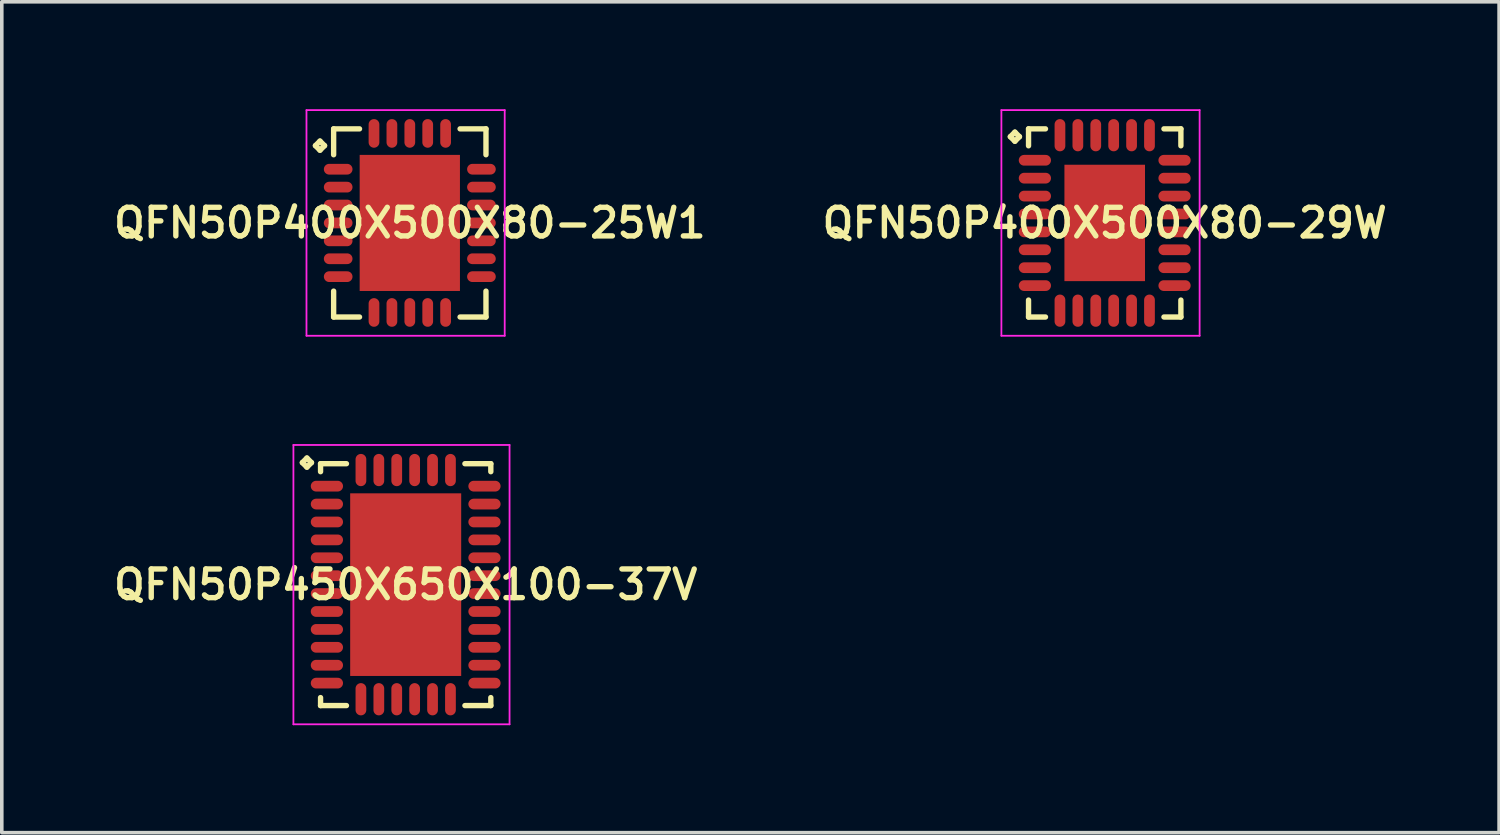
<source format=kicad_pcb>
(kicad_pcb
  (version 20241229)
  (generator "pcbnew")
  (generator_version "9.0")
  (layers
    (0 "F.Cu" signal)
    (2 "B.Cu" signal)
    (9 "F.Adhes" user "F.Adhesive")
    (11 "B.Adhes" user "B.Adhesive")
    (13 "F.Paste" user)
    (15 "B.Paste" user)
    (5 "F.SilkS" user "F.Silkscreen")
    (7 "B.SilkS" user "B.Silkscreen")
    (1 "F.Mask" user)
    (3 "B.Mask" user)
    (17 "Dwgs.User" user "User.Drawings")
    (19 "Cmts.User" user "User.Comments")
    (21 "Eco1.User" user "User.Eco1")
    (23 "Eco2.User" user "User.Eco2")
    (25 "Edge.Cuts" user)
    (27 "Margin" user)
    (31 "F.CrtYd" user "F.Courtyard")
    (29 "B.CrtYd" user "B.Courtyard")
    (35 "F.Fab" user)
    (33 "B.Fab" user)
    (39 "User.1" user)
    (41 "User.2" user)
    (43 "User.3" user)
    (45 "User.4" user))
  (footprint "QFN50P400X500X80-25W1"
    (layer "F.Cu")
    (at 8.393 3.175)
    (property "Reference" "QFN50P400X500X80-25W1" (at 0 0 0) (layer "F.SilkS") (effects (font (size 0.8 0.8) (thickness 0.15))))
    (attr smd)
    (fp_line (start -2.635 -2.158) (end -2.508 -2.285) (stroke (width 0.15) (type solid)) (layer "F.SilkS"))
    (fp_line (start -2.508 -2.285) (end -2.381 -2.158) (stroke (width 0.15) (type solid)) (layer "F.SilkS"))
    (fp_line (start -2.508 -2.031) (end -2.635 -2.158) (stroke (width 0.15) (type solid)) (layer "F.SilkS"))
    (fp_line (start -2.381 -2.158) (end -2.508 -2.031) (stroke (width 0.15) (type solid)) (layer "F.SilkS"))
    (fp_line (start -2.127 -2.627) (end -1.404 -2.627) (stroke (width 0.15) (type solid)) (layer "F.SilkS"))
    (fp_line (start -2.127 -1.904) (end -2.127 -2.627) (stroke (width 0.15) (type solid)) (layer "F.SilkS"))
    (fp_line (start -2.127 1.904) (end -2.127 2.627) (stroke (width 0.15) (type solid)) (layer "F.SilkS"))
    (fp_line (start -2.127 2.627) (end -1.404 2.627) (stroke (width 0.15) (type solid)) (layer "F.SilkS"))
    (fp_line (start 1.404 -2.627) (end 2.127 -2.627) (stroke (width 0.15) (type solid)) (layer "F.SilkS"))
    (fp_line (start 1.404 2.627) (end 2.127 2.627) (stroke (width 0.15) (type solid)) (layer "F.SilkS"))
    (fp_line (start 2.127 -2.627) (end 2.127 -1.904) (stroke (width 0.15) (type solid)) (layer "F.SilkS"))
    (fp_line (start 2.127 2.627) (end 2.127 1.904) (stroke (width 0.15) (type solid)) (layer "F.SilkS"))
    (fp_line (start -2.885 -3.15) (end 2.65 -3.15) (stroke (width 0.05) (type solid)) (layer "F.CrtYd"))
    (fp_line (start -2.885 3.15) (end -2.885 -3.15) (stroke (width 0.05) (type solid)) (layer "F.CrtYd"))
    (fp_line (start 2.65 -3.15) (end 2.65 3.15) (stroke (width 0.05) (type solid)) (layer "F.CrtYd"))
    (fp_line (start 2.65 3.15) (end -2.885 3.15) (stroke (width 0.05) (type solid)) (layer "F.CrtYd"))
    (pad "1" smd oval (at -2 -1.5) (size 0.8 0.3) (layers "F.Cu" "F.Mask" "F.Paste"))
    (pad "2" smd oval (at -2 -1) (size 0.8 0.3) (layers "F.Cu" "F.Mask" "F.Paste"))
    (pad "3" smd oval (at -2 -0.5) (size 0.8 0.3) (layers "F.Cu" "F.Mask" "F.Paste"))
    (pad "4" smd oval (at -2 0) (size 0.8 0.3) (layers "F.Cu" "F.Mask" "F.Paste"))
    (pad "5" smd oval (at -2 0.5) (size 0.8 0.3) (layers "F.Cu" "F.Mask" "F.Paste"))
    (pad "6" smd oval (at -2 1) (size 0.8 0.3) (layers "F.Cu" "F.Mask" "F.Paste"))
    (pad "7" smd oval (at -2 1.5) (size 0.8 0.3) (layers "F.Cu" "F.Mask" "F.Paste"))
    (pad "8" smd oval (at -1 2.5) (size 0.3 0.8) (layers "F.Cu" "F.Mask" "F.Paste"))
    (pad "9" smd oval (at -0.5 2.5) (size 0.3 0.8) (layers "F.Cu" "F.Mask" "F.Paste"))
    (pad "10" smd oval (at 0 2.5) (size 0.3 0.8) (layers "F.Cu" "F.Mask" "F.Paste"))
    (pad "11" smd oval (at 0.5 2.5) (size 0.3 0.8) (layers "F.Cu" "F.Mask" "F.Paste"))
    (pad "12" smd oval (at 1 2.5) (size 0.3 0.8) (layers "F.Cu" "F.Mask" "F.Paste"))
    (pad "13" smd oval (at 2 1.5) (size 0.8 0.3) (layers "F.Cu" "F.Mask" "F.Paste"))
    (pad "14" smd oval (at 2 1) (size 0.8 0.3) (layers "F.Cu" "F.Mask" "F.Paste"))
    (pad "15" smd oval (at 2 0.5) (size 0.8 0.3) (layers "F.Cu" "F.Mask" "F.Paste"))
    (pad "16" smd oval (at 2 0) (size 0.8 0.3) (layers "F.Cu" "F.Mask" "F.Paste"))
    (pad "17" smd oval (at 2 -0.5) (size 0.8 0.3) (layers "F.Cu" "F.Mask" "F.Paste"))
    (pad "18" smd oval (at 2 -1) (size 0.8 0.3) (layers "F.Cu" "F.Mask" "F.Paste"))
    (pad "19" smd oval (at 2 -1.5) (size 0.8 0.3) (layers "F.Cu" "F.Mask" "F.Paste"))
    (pad "20" smd oval (at 1 -2.5) (size 0.3 0.8) (layers "F.Cu" "F.Mask" "F.Paste"))
    (pad "21" smd oval (at 0.5 -2.5) (size 0.3 0.8) (layers "F.Cu" "F.Mask" "F.Paste"))
    (pad "22" smd oval (at 0 -2.5) (size 0.3 0.8) (layers "F.Cu" "F.Mask" "F.Paste"))
    (pad "23" smd oval (at -0.5 -2.5) (size 0.3 0.8) (layers "F.Cu" "F.Mask" "F.Paste"))
    (pad "24" smd oval (at -1 -2.5) (size 0.3 0.8) (layers "F.Cu" "F.Mask" "F.Paste"))
    (pad "25" smd rect (at 0 0) (size 2.8 3.8) (layers "F.Cu" "F.Mask" "F.Paste")))
  (footprint "QFN50P400X500X80-29W"
    (layer "F.Cu")
    (at 27.797 3.175)
    (property "Reference" "QFN50P400X500X80-29W" (at 0 0 0) (layer "F.SilkS") (effects (font (size 0.8 0.8) (thickness 0.15))))
    (attr smd)
    (fp_line (start -2.635 -2.408) (end -2.508 -2.535) (stroke (width 0.15) (type solid)) (layer "F.SilkS"))
    (fp_line (start -2.508 -2.535) (end -2.381 -2.408) (stroke (width 0.15) (type solid)) (layer "F.SilkS"))
    (fp_line (start -2.508 -2.281) (end -2.635 -2.408) (stroke (width 0.15) (type solid)) (layer "F.SilkS"))
    (fp_line (start -2.381 -2.408) (end -2.508 -2.281) (stroke (width 0.15) (type solid)) (layer "F.SilkS"))
    (fp_line (start -2.127 -2.627) (end -1.654 -2.627) (stroke (width 0.15) (type solid)) (layer "F.SilkS"))
    (fp_line (start -2.127 -2.154) (end -2.127 -2.627) (stroke (width 0.15) (type solid)) (layer "F.SilkS"))
    (fp_line (start -2.127 2.154) (end -2.127 2.627) (stroke (width 0.15) (type solid)) (layer "F.SilkS"))
    (fp_line (start -2.127 2.627) (end -1.654 2.627) (stroke (width 0.15) (type solid)) (layer "F.SilkS"))
    (fp_line (start 1.654 -2.627) (end 2.127 -2.627) (stroke (width 0.15) (type solid)) (layer "F.SilkS"))
    (fp_line (start 1.654 2.627) (end 2.127 2.627) (stroke (width 0.15) (type solid)) (layer "F.SilkS"))
    (fp_line (start 2.127 -2.627) (end 2.127 -2.154) (stroke (width 0.15) (type solid)) (layer "F.SilkS"))
    (fp_line (start 2.127 2.627) (end 2.127 2.154) (stroke (width 0.15) (type solid)) (layer "F.SilkS"))
    (fp_line (start -2.885 -3.15) (end 2.65 -3.15) (stroke (width 0.05) (type solid)) (layer "F.CrtYd"))
    (fp_line (start -2.885 3.15) (end -2.885 -3.15) (stroke (width 0.05) (type solid)) (layer "F.CrtYd"))
    (fp_line (start 2.65 -3.15) (end 2.65 3.15) (stroke (width 0.05) (type solid)) (layer "F.CrtYd"))
    (fp_line (start 2.65 3.15) (end -2.885 3.15) (stroke (width 0.05) (type solid)) (layer "F.CrtYd"))
    (pad "1" smd oval (at -1.95 -1.75) (size 0.9 0.3) (layers "F.Cu" "F.Mask" "F.Paste"))
    (pad "2" smd oval (at -1.95 -1.25) (size 0.9 0.3) (layers "F.Cu" "F.Mask" "F.Paste"))
    (pad "3" smd oval (at -1.95 -0.75) (size 0.9 0.3) (layers "F.Cu" "F.Mask" "F.Paste"))
    (pad "4" smd oval (at -1.95 -0.25) (size 0.9 0.3) (layers "F.Cu" "F.Mask" "F.Paste"))
    (pad "5" smd oval (at -1.95 0.25) (size 0.9 0.3) (layers "F.Cu" "F.Mask" "F.Paste"))
    (pad "6" smd oval (at -1.95 0.75) (size 0.9 0.3) (layers "F.Cu" "F.Mask" "F.Paste"))
    (pad "7" smd oval (at -1.95 1.25) (size 0.9 0.3) (layers "F.Cu" "F.Mask" "F.Paste"))
    (pad "8" smd oval (at -1.95 1.75) (size 0.9 0.3) (layers "F.Cu" "F.Mask" "F.Paste"))
    (pad "9" smd oval (at -1.25 2.45) (size 0.3 0.9) (layers "F.Cu" "F.Mask" "F.Paste"))
    (pad "10" smd oval (at -0.75 2.45) (size 0.3 0.9) (layers "F.Cu" "F.Mask" "F.Paste"))
    (pad "11" smd oval (at -0.25 2.45) (size 0.3 0.9) (layers "F.Cu" "F.Mask" "F.Paste"))
    (pad "12" smd oval (at 0.25 2.45) (size 0.3 0.9) (layers "F.Cu" "F.Mask" "F.Paste"))
    (pad "13" smd oval (at 0.75 2.45) (size 0.3 0.9) (layers "F.Cu" "F.Mask" "F.Paste"))
    (pad "14" smd oval (at 1.25 2.45) (size 0.3 0.9) (layers "F.Cu" "F.Mask" "F.Paste"))
    (pad "15" smd oval (at 1.95 1.75) (size 0.9 0.3) (layers "F.Cu" "F.Mask" "F.Paste"))
    (pad "16" smd oval (at 1.95 1.25) (size 0.9 0.3) (layers "F.Cu" "F.Mask" "F.Paste"))
    (pad "17" smd oval (at 1.95 0.75) (size 0.9 0.3) (layers "F.Cu" "F.Mask" "F.Paste"))
    (pad "18" smd oval (at 1.95 0.25) (size 0.9 0.3) (layers "F.Cu" "F.Mask" "F.Paste"))
    (pad "19" smd oval (at 1.95 -0.25) (size 0.9 0.3) (layers "F.Cu" "F.Mask" "F.Paste"))
    (pad "20" smd oval (at 1.95 -0.75) (size 0.9 0.3) (layers "F.Cu" "F.Mask" "F.Paste"))
    (pad "21" smd oval (at 1.95 -1.25) (size 0.9 0.3) (layers "F.Cu" "F.Mask" "F.Paste"))
    (pad "22" smd oval (at 1.95 -1.75) (size 0.9 0.3) (layers "F.Cu" "F.Mask" "F.Paste"))
    (pad "23" smd oval (at 1.25 -2.45) (size 0.3 0.9) (layers "F.Cu" "F.Mask" "F.Paste"))
    (pad "24" smd oval (at 0.75 -2.45) (size 0.3 0.9) (layers "F.Cu" "F.Mask" "F.Paste"))
    (pad "25" smd oval (at 0.25 -2.45) (size 0.3 0.9) (layers "F.Cu" "F.Mask" "F.Paste"))
    (pad "26" smd oval (at -0.25 -2.45) (size 0.3 0.9) (layers "F.Cu" "F.Mask" "F.Paste"))
    (pad "27" smd oval (at -0.75 -2.45) (size 0.3 0.9) (layers "F.Cu" "F.Mask" "F.Paste"))
    (pad "28" smd oval (at -1.25 -2.45) (size 0.3 0.9) (layers "F.Cu" "F.Mask" "F.Paste"))
    (pad "29" smd rect (at 0 0) (size 2.25 3.25) (layers "F.Cu" "F.Mask" "F.Paste")))
  (footprint "QFN50P450X650X100-37V"
    (layer "F.Cu")
    (at 8.278 13.275)
    (property "Reference" "QFN50P450X650X100-37V" (at 0 0 0) (layer "F.SilkS") (effects (font (size 0.8 0.8) (thickness 0.15))))
    (attr smd)
    (fp_line (start -2.885 -3.408) (end -2.758 -3.535) (stroke (width 0.15) (type solid)) (layer "F.SilkS"))
    (fp_line (start -2.758 -3.535) (end -2.631 -3.408) (stroke (width 0.15) (type solid)) (layer "F.SilkS"))
    (fp_line (start -2.758 -3.281) (end -2.885 -3.408) (stroke (width 0.15) (type solid)) (layer "F.SilkS"))
    (fp_line (start -2.631 -3.408) (end -2.758 -3.281) (stroke (width 0.15) (type solid)) (layer "F.SilkS"))
    (fp_line (start -2.377 -3.377) (end -1.654 -3.377) (stroke (width 0.15) (type solid)) (layer "F.SilkS"))
    (fp_line (start -2.377 -3.154) (end -2.377 -3.377) (stroke (width 0.15) (type solid)) (layer "F.SilkS"))
    (fp_line (start -2.377 3.154) (end -2.377 3.377) (stroke (width 0.15) (type solid)) (layer "F.SilkS"))
    (fp_line (start -2.377 3.377) (end -1.654 3.377) (stroke (width 0.15) (type solid)) (layer "F.SilkS"))
    (fp_line (start 1.654 -3.377) (end 2.377 -3.377) (stroke (width 0.15) (type solid)) (layer "F.SilkS"))
    (fp_line (start 1.654 3.377) (end 2.377 3.377) (stroke (width 0.15) (type solid)) (layer "F.SilkS"))
    (fp_line (start 2.377 -3.377) (end 2.377 -3.154) (stroke (width 0.15) (type solid)) (layer "F.SilkS"))
    (fp_line (start 2.377 3.377) (end 2.377 3.154) (stroke (width 0.15) (type solid)) (layer "F.SilkS"))
    (fp_line (start -3.135 -3.9) (end 2.9 -3.9) (stroke (width 0.05) (type solid)) (layer "F.CrtYd"))
    (fp_line (start -3.135 3.9) (end -3.135 -3.9) (stroke (width 0.05) (type solid)) (layer "F.CrtYd"))
    (fp_line (start 2.9 -3.9) (end 2.9 3.9) (stroke (width 0.05) (type solid)) (layer "F.CrtYd"))
    (fp_line (start 2.9 3.9) (end -3.135 3.9) (stroke (width 0.05) (type solid)) (layer "F.CrtYd"))
    (pad "1" smd oval (at -2.2 -2.75) (size 0.9 0.3) (layers "F.Cu" "F.Mask" "F.Paste"))
    (pad "2" smd oval (at -2.2 -2.25) (size 0.9 0.3) (layers "F.Cu" "F.Mask" "F.Paste"))
    (pad "3" smd oval (at -2.2 -1.75) (size 0.9 0.3) (layers "F.Cu" "F.Mask" "F.Paste"))
    (pad "4" smd oval (at -2.2 -1.25) (size 0.9 0.3) (layers "F.Cu" "F.Mask" "F.Paste"))
    (pad "5" smd oval (at -2.2 -0.75) (size 0.9 0.3) (layers "F.Cu" "F.Mask" "F.Paste"))
    (pad "6" smd oval (at -2.2 -0.25) (size 0.9 0.3) (layers "F.Cu" "F.Mask" "F.Paste"))
    (pad "7" smd oval (at -2.2 0.25) (size 0.9 0.3) (layers "F.Cu" "F.Mask" "F.Paste"))
    (pad "8" smd oval (at -2.2 0.75) (size 0.9 0.3) (layers "F.Cu" "F.Mask" "F.Paste"))
    (pad "9" smd oval (at -2.2 1.25) (size 0.9 0.3) (layers "F.Cu" "F.Mask" "F.Paste"))
    (pad "10" smd oval (at -2.2 1.75) (size 0.9 0.3) (layers "F.Cu" "F.Mask" "F.Paste"))
    (pad "11" smd oval (at -2.2 2.25) (size 0.9 0.3) (layers "F.Cu" "F.Mask" "F.Paste"))
    (pad "12" smd oval (at -2.2 2.75) (size 0.9 0.3) (layers "F.Cu" "F.Mask" "F.Paste"))
    (pad "13" smd oval (at -1.25 3.2) (size 0.3 0.9) (layers "F.Cu" "F.Mask" "F.Paste"))
    (pad "14" smd oval (at -0.75 3.2) (size 0.3 0.9) (layers "F.Cu" "F.Mask" "F.Paste"))
    (pad "15" smd oval (at -0.25 3.2) (size 0.3 0.9) (layers "F.Cu" "F.Mask" "F.Paste"))
    (pad "16" smd oval (at 0.25 3.2) (size 0.3 0.9) (layers "F.Cu" "F.Mask" "F.Paste"))
    (pad "17" smd oval (at 0.75 3.2) (size 0.3 0.9) (layers "F.Cu" "F.Mask" "F.Paste"))
    (pad "18" smd oval (at 1.25 3.2) (size 0.3 0.9) (layers "F.Cu" "F.Mask" "F.Paste"))
    (pad "19" smd oval (at 2.2 2.75) (size 0.9 0.3) (layers "F.Cu" "F.Mask" "F.Paste"))
    (pad "20" smd oval (at 2.2 2.25) (size 0.9 0.3) (layers "F.Cu" "F.Mask" "F.Paste"))
    (pad "21" smd oval (at 2.2 1.75) (size 0.9 0.3) (layers "F.Cu" "F.Mask" "F.Paste"))
    (pad "22" smd oval (at 2.2 1.25) (size 0.9 0.3) (layers "F.Cu" "F.Mask" "F.Paste"))
    (pad "23" smd oval (at 2.2 0.75) (size 0.9 0.3) (layers "F.Cu" "F.Mask" "F.Paste"))
    (pad "24" smd oval (at 2.2 0.25) (size 0.9 0.3) (layers "F.Cu" "F.Mask" "F.Paste"))
    (pad "25" smd oval (at 2.2 -0.25) (size 0.9 0.3) (layers "F.Cu" "F.Mask" "F.Paste"))
    (pad "26" smd oval (at 2.2 -0.75) (size 0.9 0.3) (layers "F.Cu" "F.Mask" "F.Paste"))
    (pad "27" smd oval (at 2.2 -1.25) (size 0.9 0.3) (layers "F.Cu" "F.Mask" "F.Paste"))
    (pad "28" smd oval (at 2.2 -1.75) (size 0.9 0.3) (layers "F.Cu" "F.Mask" "F.Paste"))
    (pad "29" smd oval (at 2.2 -2.25) (size 0.9 0.3) (layers "F.Cu" "F.Mask" "F.Paste"))
    (pad "30" smd oval (at 2.2 -2.75) (size 0.9 0.3) (layers "F.Cu" "F.Mask" "F.Paste"))
    (pad "31" smd oval (at 1.25 -3.2) (size 0.3 0.9) (layers "F.Cu" "F.Mask" "F.Paste"))
    (pad "32" smd oval (at 0.75 -3.2) (size 0.3 0.9) (layers "F.Cu" "F.Mask" "F.Paste"))
    (pad "33" smd oval (at 0.25 -3.2) (size 0.3 0.9) (layers "F.Cu" "F.Mask" "F.Paste"))
    (pad "34" smd oval (at -0.25 -3.2) (size 0.3 0.9) (layers "F.Cu" "F.Mask" "F.Paste"))
    (pad "35" smd oval (at -0.75 -3.2) (size 0.3 0.9) (layers "F.Cu" "F.Mask" "F.Paste"))
    (pad "36" smd oval (at -1.25 -3.2) (size 0.3 0.9) (layers "F.Cu" "F.Mask" "F.Paste"))
    (pad "37" smd rect (at 0 0) (size 3.1 5.1) (layers "F.Cu" "F.Mask" "F.Paste")))
  (gr_rect
    (start -3 -3)
    (end 38.809 20.2)
    (stroke (width 0.1) (type default))
    (fill no)
    (layer "Edge.Cuts")))
</source>
